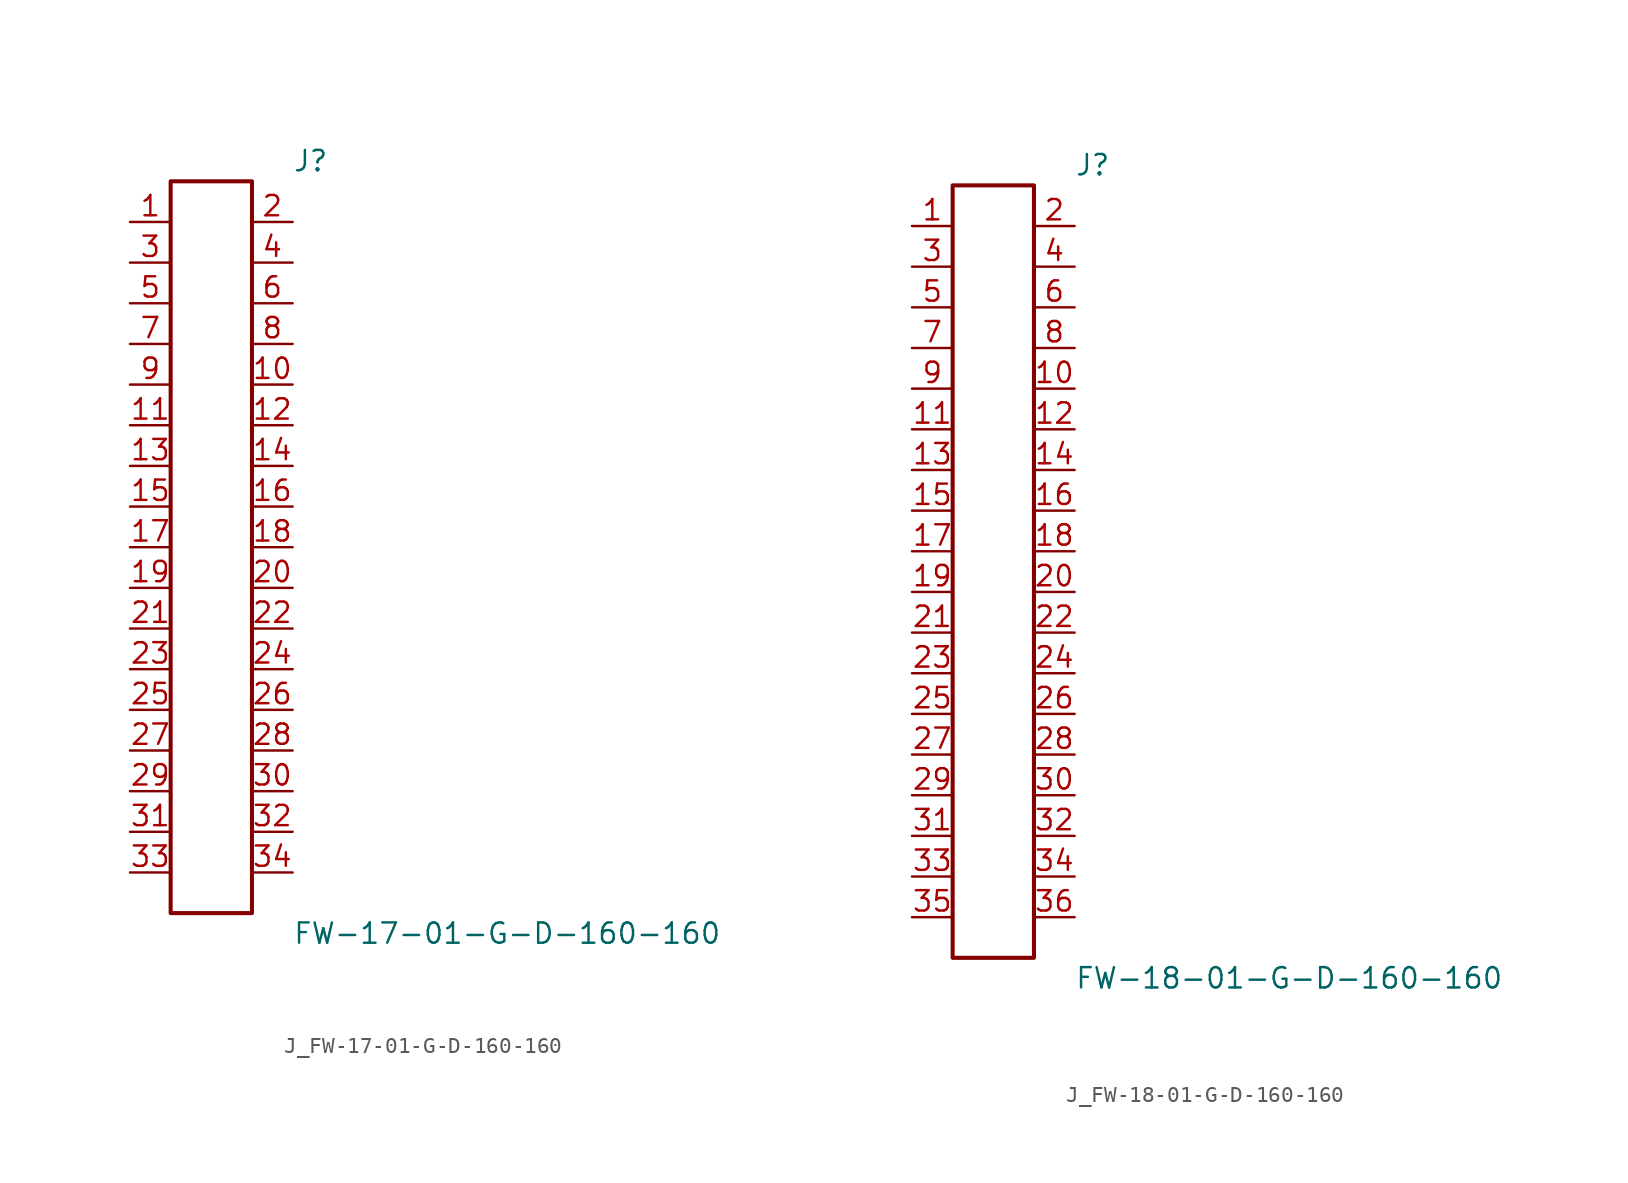
<source format=kicad_sym>
(kicad_symbol_lib
  (version 20231120)
  (generator kicad_symbol_editor)
  (generator_version 8.0)
  (symbol "J_FW-17-01-G-D-160-160"
    (pin_names
      (offset 0.254))
    (property "Reference" "J"
      (at 5.08 24.13 0)
      (effects (font (size 1.27 1.27)) (justify left)))
    (property "Value" "FW-17-01-G-D-160-160"
      (at 5.08 -24.13 0)
      (effects (font (size 1.27 1.27)) (justify left)))
    (symbol "J_FW-17-01-G-D-160-160_0_0"
      (pin unspecified line (at -5.08 20.32 0) (length 2.54) (name "" (effects (font (size 1.27 1.27)))) (number "1" (effects (font (size 1.27 1.27)))))
      (pin unspecified line (at 5.08 20.32 180) (length 2.54) (name "" (effects (font (size 1.27 1.27)))) (number "2" (effects (font (size 1.27 1.27)))))
      (pin unspecified line (at -5.08 17.78 0) (length 2.54) (name "" (effects (font (size 1.27 1.27)))) (number "3" (effects (font (size 1.27 1.27)))))
      (pin unspecified line (at 5.08 17.78 180) (length 2.54) (name "" (effects (font (size 1.27 1.27)))) (number "4" (effects (font (size 1.27 1.27)))))
      (pin unspecified line (at -5.08 15.24 0) (length 2.54) (name "" (effects (font (size 1.27 1.27)))) (number "5" (effects (font (size 1.27 1.27)))))
      (pin unspecified line (at 5.08 15.24 180) (length 2.54) (name "" (effects (font (size 1.27 1.27)))) (number "6" (effects (font (size 1.27 1.27)))))
      (pin unspecified line (at -5.08 12.7 0) (length 2.54) (name "" (effects (font (size 1.27 1.27)))) (number "7" (effects (font (size 1.27 1.27)))))
      (pin unspecified line (at 5.08 12.7 180) (length 2.54) (name "" (effects (font (size 1.27 1.27)))) (number "8" (effects (font (size 1.27 1.27)))))
      (pin unspecified line (at -5.08 10.16 0) (length 2.54) (name "" (effects (font (size 1.27 1.27)))) (number "9" (effects (font (size 1.27 1.27)))))
      (pin unspecified line (at 5.08 10.16 180) (length 2.54) (name "" (effects (font (size 1.27 1.27)))) (number "10" (effects (font (size 1.27 1.27)))))
      (pin unspecified line (at -5.08 7.62 0) (length 2.54) (name "" (effects (font (size 1.27 1.27)))) (number "11" (effects (font (size 1.27 1.27)))))
      (pin unspecified line (at 5.08 7.62 180) (length 2.54) (name "" (effects (font (size 1.27 1.27)))) (number "12" (effects (font (size 1.27 1.27)))))
      (pin unspecified line (at -5.08 5.08 0) (length 2.54) (name "" (effects (font (size 1.27 1.27)))) (number "13" (effects (font (size 1.27 1.27)))))
      (pin unspecified line (at 5.08 5.08 180) (length 2.54) (name "" (effects (font (size 1.27 1.27)))) (number "14" (effects (font (size 1.27 1.27)))))
      (pin unspecified line (at -5.08 2.54 0) (length 2.54) (name "" (effects (font (size 1.27 1.27)))) (number "15" (effects (font (size 1.27 1.27)))))
      (pin unspecified line (at 5.08 2.54 180) (length 2.54) (name "" (effects (font (size 1.27 1.27)))) (number "16" (effects (font (size 1.27 1.27)))))
      (pin unspecified line (at -5.08 0.0 0) (length 2.54) (name "" (effects (font (size 1.27 1.27)))) (number "17" (effects (font (size 1.27 1.27)))))
      (pin unspecified line (at 5.08 0.0 180) (length 2.54) (name "" (effects (font (size 1.27 1.27)))) (number "18" (effects (font (size 1.27 1.27)))))
      (pin unspecified line (at -5.08 -2.54 0) (length 2.54) (name "" (effects (font (size 1.27 1.27)))) (number "19" (effects (font (size 1.27 1.27)))))
      (pin unspecified line (at 5.08 -2.54 180) (length 2.54) (name "" (effects (font (size 1.27 1.27)))) (number "20" (effects (font (size 1.27 1.27)))))
      (pin unspecified line (at -5.08 -5.08 0) (length 2.54) (name "" (effects (font (size 1.27 1.27)))) (number "21" (effects (font (size 1.27 1.27)))))
      (pin unspecified line (at 5.08 -5.08 180) (length 2.54) (name "" (effects (font (size 1.27 1.27)))) (number "22" (effects (font (size 1.27 1.27)))))
      (pin unspecified line (at -5.08 -7.62 0) (length 2.54) (name "" (effects (font (size 1.27 1.27)))) (number "23" (effects (font (size 1.27 1.27)))))
      (pin unspecified line (at 5.08 -7.62 180) (length 2.54) (name "" (effects (font (size 1.27 1.27)))) (number "24" (effects (font (size 1.27 1.27)))))
      (pin unspecified line (at -5.08 -10.16 0) (length 2.54) (name "" (effects (font (size 1.27 1.27)))) (number "25" (effects (font (size 1.27 1.27)))))
      (pin unspecified line (at 5.08 -10.16 180) (length 2.54) (name "" (effects (font (size 1.27 1.27)))) (number "26" (effects (font (size 1.27 1.27)))))
      (pin unspecified line (at -5.08 -12.7 0) (length 2.54) (name "" (effects (font (size 1.27 1.27)))) (number "27" (effects (font (size 1.27 1.27)))))
      (pin unspecified line (at 5.08 -12.7 180) (length 2.54) (name "" (effects (font (size 1.27 1.27)))) (number "28" (effects (font (size 1.27 1.27)))))
      (pin unspecified line (at -5.08 -15.24 0) (length 2.54) (name "" (effects (font (size 1.27 1.27)))) (number "29" (effects (font (size 1.27 1.27)))))
      (pin unspecified line (at 5.08 -15.24 180) (length 2.54) (name "" (effects (font (size 1.27 1.27)))) (number "30" (effects (font (size 1.27 1.27)))))
      (pin unspecified line (at -5.08 -17.78 0) (length 2.54) (name "" (effects (font (size 1.27 1.27)))) (number "31" (effects (font (size 1.27 1.27)))))
      (pin unspecified line (at 5.08 -17.78 180) (length 2.54) (name "" (effects (font (size 1.27 1.27)))) (number "32" (effects (font (size 1.27 1.27)))))
      (pin unspecified line (at -5.08 -20.32 0) (length 2.54) (name "" (effects (font (size 1.27 1.27)))) (number "33" (effects (font (size 1.27 1.27)))))
      (pin unspecified line (at 5.08 -20.32 180) (length 2.54) (name "" (effects (font (size 1.27 1.27)))) (number "34" (effects (font (size 1.27 1.27))))))
    (symbol "J_FW-17-01-G-D-160-160_1_0"
      (rectangle (start -2.54 22.86) (end 2.54 -22.86) (stroke (width 0.254) (type solid)) (fill (type none)))))
  (symbol "J_FW-18-01-G-D-160-160"
    (pin_names
      (offset 0.254))
    (property "Reference" "J"
      (at 5.08 25.4 0)
      (effects (font (size 1.27 1.27)) (justify left)))
    (property "Value" "FW-18-01-G-D-160-160"
      (at 5.08 -25.4 0)
      (effects (font (size 1.27 1.27)) (justify left)))
    (symbol "J_FW-18-01-G-D-160-160_0_0"
      (pin unspecified line (at -5.08 21.59 0) (length 2.54) (name "" (effects (font (size 1.27 1.27)))) (number "1" (effects (font (size 1.27 1.27)))))
      (pin unspecified line (at 5.08 21.59 180) (length 2.54) (name "" (effects (font (size 1.27 1.27)))) (number "2" (effects (font (size 1.27 1.27)))))
      (pin unspecified line (at -5.08 19.05 0) (length 2.54) (name "" (effects (font (size 1.27 1.27)))) (number "3" (effects (font (size 1.27 1.27)))))
      (pin unspecified line (at 5.08 19.05 180) (length 2.54) (name "" (effects (font (size 1.27 1.27)))) (number "4" (effects (font (size 1.27 1.27)))))
      (pin unspecified line (at -5.08 16.51 0) (length 2.54) (name "" (effects (font (size 1.27 1.27)))) (number "5" (effects (font (size 1.27 1.27)))))
      (pin unspecified line (at 5.08 16.51 180) (length 2.54) (name "" (effects (font (size 1.27 1.27)))) (number "6" (effects (font (size 1.27 1.27)))))
      (pin unspecified line (at -5.08 13.97 0) (length 2.54) (name "" (effects (font (size 1.27 1.27)))) (number "7" (effects (font (size 1.27 1.27)))))
      (pin unspecified line (at 5.08 13.97 180) (length 2.54) (name "" (effects (font (size 1.27 1.27)))) (number "8" (effects (font (size 1.27 1.27)))))
      (pin unspecified line (at -5.08 11.43 0) (length 2.54) (name "" (effects (font (size 1.27 1.27)))) (number "9" (effects (font (size 1.27 1.27)))))
      (pin unspecified line (at 5.08 11.43 180) (length 2.54) (name "" (effects (font (size 1.27 1.27)))) (number "10" (effects (font (size 1.27 1.27)))))
      (pin unspecified line (at -5.08 8.89 0) (length 2.54) (name "" (effects (font (size 1.27 1.27)))) (number "11" (effects (font (size 1.27 1.27)))))
      (pin unspecified line (at 5.08 8.89 180) (length 2.54) (name "" (effects (font (size 1.27 1.27)))) (number "12" (effects (font (size 1.27 1.27)))))
      (pin unspecified line (at -5.08 6.35 0) (length 2.54) (name "" (effects (font (size 1.27 1.27)))) (number "13" (effects (font (size 1.27 1.27)))))
      (pin unspecified line (at 5.08 6.35 180) (length 2.54) (name "" (effects (font (size 1.27 1.27)))) (number "14" (effects (font (size 1.27 1.27)))))
      (pin unspecified line (at -5.08 3.81 0) (length 2.54) (name "" (effects (font (size 1.27 1.27)))) (number "15" (effects (font (size 1.27 1.27)))))
      (pin unspecified line (at 5.08 3.81 180) (length 2.54) (name "" (effects (font (size 1.27 1.27)))) (number "16" (effects (font (size 1.27 1.27)))))
      (pin unspecified line (at -5.08 1.27 0) (length 2.54) (name "" (effects (font (size 1.27 1.27)))) (number "17" (effects (font (size 1.27 1.27)))))
      (pin unspecified line (at 5.08 1.27 180) (length 2.54) (name "" (effects (font (size 1.27 1.27)))) (number "18" (effects (font (size 1.27 1.27)))))
      (pin unspecified line (at -5.08 -1.27 0) (length 2.54) (name "" (effects (font (size 1.27 1.27)))) (number "19" (effects (font (size 1.27 1.27)))))
      (pin unspecified line (at 5.08 -1.27 180) (length 2.54) (name "" (effects (font (size 1.27 1.27)))) (number "20" (effects (font (size 1.27 1.27)))))
      (pin unspecified line (at -5.08 -3.81 0) (length 2.54) (name "" (effects (font (size 1.27 1.27)))) (number "21" (effects (font (size 1.27 1.27)))))
      (pin unspecified line (at 5.08 -3.81 180) (length 2.54) (name "" (effects (font (size 1.27 1.27)))) (number "22" (effects (font (size 1.27 1.27)))))
      (pin unspecified line (at -5.08 -6.35 0) (length 2.54) (name "" (effects (font (size 1.27 1.27)))) (number "23" (effects (font (size 1.27 1.27)))))
      (pin unspecified line (at 5.08 -6.35 180) (length 2.54) (name "" (effects (font (size 1.27 1.27)))) (number "24" (effects (font (size 1.27 1.27)))))
      (pin unspecified line (at -5.08 -8.89 0) (length 2.54) (name "" (effects (font (size 1.27 1.27)))) (number "25" (effects (font (size 1.27 1.27)))))
      (pin unspecified line (at 5.08 -8.89 180) (length 2.54) (name "" (effects (font (size 1.27 1.27)))) (number "26" (effects (font (size 1.27 1.27)))))
      (pin unspecified line (at -5.08 -11.43 0) (length 2.54) (name "" (effects (font (size 1.27 1.27)))) (number "27" (effects (font (size 1.27 1.27)))))
      (pin unspecified line (at 5.08 -11.43 180) (length 2.54) (name "" (effects (font (size 1.27 1.27)))) (number "28" (effects (font (size 1.27 1.27)))))
      (pin unspecified line (at -5.08 -13.97 0) (length 2.54) (name "" (effects (font (size 1.27 1.27)))) (number "29" (effects (font (size 1.27 1.27)))))
      (pin unspecified line (at 5.08 -13.97 180) (length 2.54) (name "" (effects (font (size 1.27 1.27)))) (number "30" (effects (font (size 1.27 1.27)))))
      (pin unspecified line (at -5.08 -16.51 0) (length 2.54) (name "" (effects (font (size 1.27 1.27)))) (number "31" (effects (font (size 1.27 1.27)))))
      (pin unspecified line (at 5.08 -16.51 180) (length 2.54) (name "" (effects (font (size 1.27 1.27)))) (number "32" (effects (font (size 1.27 1.27)))))
      (pin unspecified line (at -5.08 -19.05 0) (length 2.54) (name "" (effects (font (size 1.27 1.27)))) (number "33" (effects (font (size 1.27 1.27)))))
      (pin unspecified line (at 5.08 -19.05 180) (length 2.54) (name "" (effects (font (size 1.27 1.27)))) (number "34" (effects (font (size 1.27 1.27)))))
      (pin unspecified line (at -5.08 -21.59 0) (length 2.54) (name "" (effects (font (size 1.27 1.27)))) (number "35" (effects (font (size 1.27 1.27)))))
      (pin unspecified line (at 5.08 -21.59 180) (length 2.54) (name "" (effects (font (size 1.27 1.27)))) (number "36" (effects (font (size 1.27 1.27))))))
    (symbol "J_FW-18-01-G-D-160-160_1_0"
      (rectangle (start -2.54 24.13) (end 2.54 -24.13) (stroke (width 0.254) (type solid)) (fill (type none))))))
</source>
